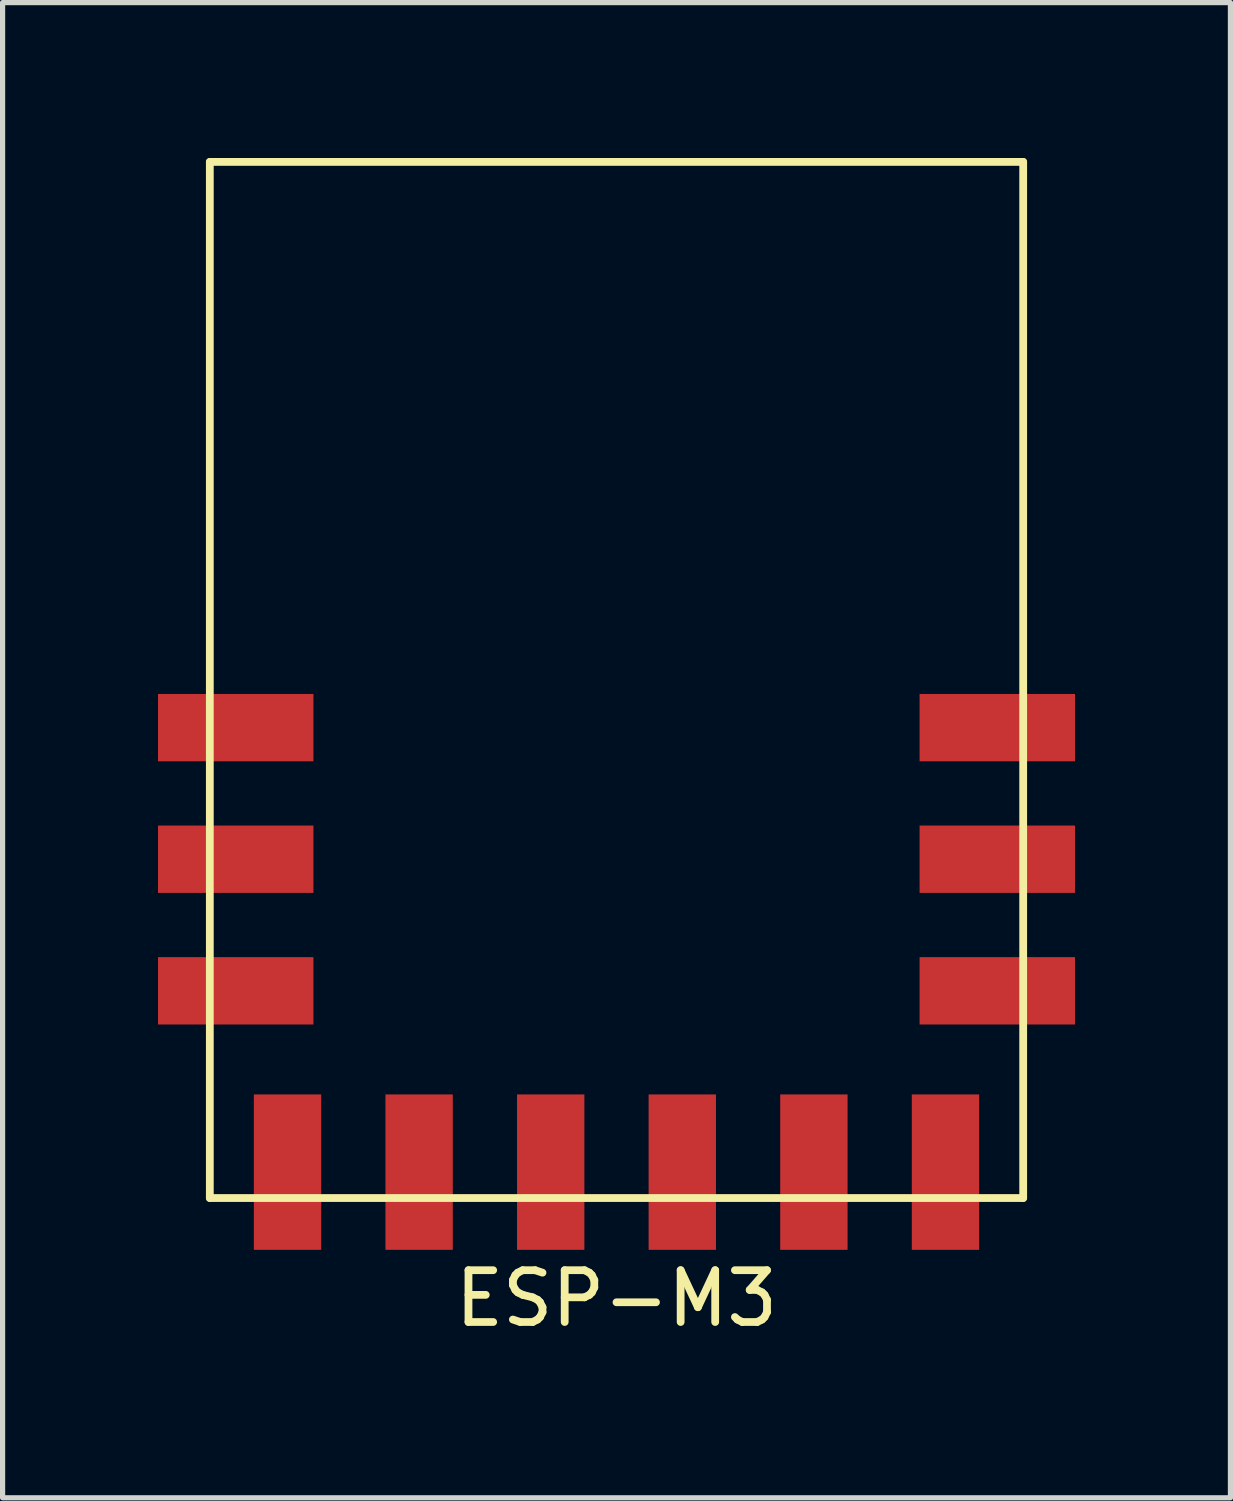
<source format=kicad_pcb>
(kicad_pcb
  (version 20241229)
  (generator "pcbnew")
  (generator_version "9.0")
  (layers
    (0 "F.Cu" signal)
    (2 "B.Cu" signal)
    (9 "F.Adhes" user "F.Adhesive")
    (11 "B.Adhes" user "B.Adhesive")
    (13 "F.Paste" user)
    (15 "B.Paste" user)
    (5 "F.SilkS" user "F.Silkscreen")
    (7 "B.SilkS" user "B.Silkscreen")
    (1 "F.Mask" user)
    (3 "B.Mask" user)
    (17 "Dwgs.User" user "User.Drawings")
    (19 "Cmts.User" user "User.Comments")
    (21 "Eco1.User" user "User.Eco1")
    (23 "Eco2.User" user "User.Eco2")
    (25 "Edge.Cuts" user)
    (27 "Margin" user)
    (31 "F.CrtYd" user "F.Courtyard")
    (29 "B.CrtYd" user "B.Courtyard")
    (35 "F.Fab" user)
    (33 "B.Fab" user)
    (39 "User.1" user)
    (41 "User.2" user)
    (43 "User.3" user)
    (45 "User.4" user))
  (footprint "ESP-M3"
    (layer "F.Cu")
    (at 8.85 10.075)
    (property "Reference" "ESP-M3" (at 0 11.938 0) (layer "F.SilkS") (effects (font (size 1 1) (thickness 0.15))))
    (attr through_hole)
    (fp_line (start -7.85 -10) (end 7.85 -10) (stroke (width 0.15) (type solid)) (layer "F.SilkS"))
    (fp_line (start -7.85 10) (end -7.85 -10) (stroke (width 0.15) (type solid)) (layer "F.SilkS"))
    (fp_line (start 7.85 -10) (end 7.85 10) (stroke (width 0.15) (type solid)) (layer "F.SilkS"))
    (fp_line (start 7.85 10) (end -7.85 10) (stroke (width 0.15) (type solid)) (layer "F.SilkS"))
    (pad "1" smd rect (at -7.35 0.92 90) (size 1.3 3) (layers "F.Cu" "F.Mask" "F.Paste"))
    (pad "2" smd rect (at -7.35 3.46 90) (size 1.3 3) (layers "F.Cu" "F.Mask" "F.Paste"))
    (pad "3" smd rect (at -7.35 6 90) (size 1.3 3) (layers "F.Cu" "F.Mask" "F.Paste"))
    (pad "4" smd rect (at -6.35 9.5) (size 1.3 3) (layers "F.Cu" "F.Mask" "F.Paste"))
    (pad "5" smd rect (at -3.81 9.5) (size 1.3 3) (layers "F.Cu" "F.Mask" "F.Paste"))
    (pad "6" smd rect (at -1.27 9.5) (size 1.3 3) (layers "F.Cu" "F.Mask" "F.Paste"))
    (pad "7" smd rect (at 1.27 9.5) (size 1.3 3) (layers "F.Cu" "F.Mask" "F.Paste"))
    (pad "8" smd rect (at 3.81 9.5) (size 1.3 3) (layers "F.Cu" "F.Mask" "F.Paste"))
    (pad "9" smd rect (at 6.35 9.5) (size 1.3 3) (layers "F.Cu" "F.Mask" "F.Paste"))
    (pad "10" smd rect (at 7.35 6 90) (size 1.3 3) (layers "F.Cu" "F.Mask" "F.Paste"))
    (pad "11" smd rect (at 7.35 3.46 90) (size 1.3 3) (layers "F.Cu" "F.Mask" "F.Paste"))
    (pad "12" smd rect (at 7.35 0.92 90) (size 1.3 3) (layers "F.Cu" "F.Mask" "F.Paste")))
  (gr_rect
    (start -3 -3)
    (end 20.7 25.861)
    (stroke (width 0.1) (type default))
    (fill no)
    (layer "Edge.Cuts")))
</source>
